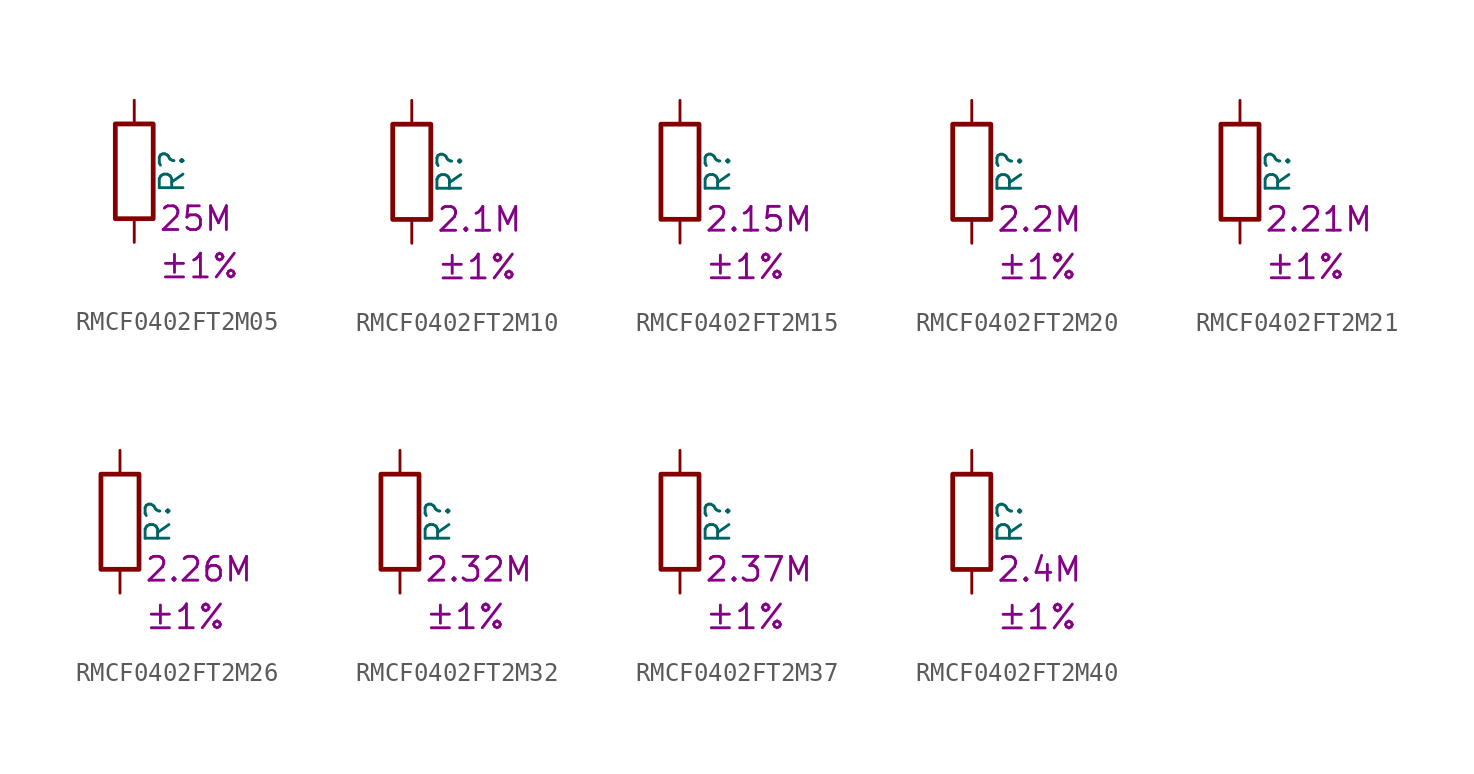
<source format=kicad_sym>
(kicad_symbol_lib
  (version 20220914)
  (generator kicad_symbol_editor)
  (symbol "RMCF0402FT2M05"
    (pin_numbers hide)
    (pin_names
      (offset 0))
    (property "Reference" "R"
      (at 2.032 0 90)
      (effects (font (size 1.27 1.27))))
    (property "Resistance" "25M"
      (at 1.27 -2.54 0)
      (effects (font (size 1.27 1.27)) (justify left)))
    (property "Tolerance" "±1%"
      (at 1.27 -5.08 0)
      (effects (font (size 1.27 1.27)) (justify left)))
    (symbol "RMCF0402FT2M05_0_1"
      (rectangle (start -1.016 -2.54) (end 1.016 2.54) (stroke (width 0.254) (type default)) (fill (type none))))
    (symbol "RMCF0402FT2M05_1_1"
      (pin passive line (at 0 3.81 270) (length 1.27) (name "~" (effects (font (size 1.27 1.27)))) (number "1" (effects (font (size 1.27 1.27)))))
      (pin passive line (at 0 -3.81 90) (length 1.27) (name "~" (effects (font (size 1.27 1.27)))) (number "2" (effects (font (size 1.27 1.27)))))))
  (symbol "RMCF0402FT2M10"
    (pin_numbers hide)
    (pin_names
      (offset 0))
    (property "Reference" "R"
      (at 2.032 0 90)
      (effects (font (size 1.27 1.27))))
    (property "Resistance" "2.1M"
      (at 1.27 -2.54 0)
      (effects (font (size 1.27 1.27)) (justify left)))
    (property "Tolerance" "±1%"
      (at 1.27 -5.08 0)
      (effects (font (size 1.27 1.27)) (justify left)))
    (symbol "RMCF0402FT2M10_0_1"
      (rectangle (start -1.016 -2.54) (end 1.016 2.54) (stroke (width 0.254) (type default)) (fill (type none))))
    (symbol "RMCF0402FT2M10_1_1"
      (pin passive line (at 0 3.81 270) (length 1.27) (name "~" (effects (font (size 1.27 1.27)))) (number "1" (effects (font (size 1.27 1.27)))))
      (pin passive line (at 0 -3.81 90) (length 1.27) (name "~" (effects (font (size 1.27 1.27)))) (number "2" (effects (font (size 1.27 1.27)))))))
  (symbol "RMCF0402FT2M15"
    (pin_numbers hide)
    (pin_names
      (offset 0))
    (property "Reference" "R"
      (at 2.032 0 90)
      (effects (font (size 1.27 1.27))))
    (property "Resistance" "2.15M"
      (at 1.27 -2.54 0)
      (effects (font (size 1.27 1.27)) (justify left)))
    (property "Tolerance" "±1%"
      (at 1.27 -5.08 0)
      (effects (font (size 1.27 1.27)) (justify left)))
    (symbol "RMCF0402FT2M15_0_1"
      (rectangle (start -1.016 -2.54) (end 1.016 2.54) (stroke (width 0.254) (type default)) (fill (type none))))
    (symbol "RMCF0402FT2M15_1_1"
      (pin passive line (at 0 3.81 270) (length 1.27) (name "~" (effects (font (size 1.27 1.27)))) (number "1" (effects (font (size 1.27 1.27)))))
      (pin passive line (at 0 -3.81 90) (length 1.27) (name "~" (effects (font (size 1.27 1.27)))) (number "2" (effects (font (size 1.27 1.27)))))))
  (symbol "RMCF0402FT2M20"
    (pin_numbers hide)
    (pin_names
      (offset 0))
    (property "Reference" "R"
      (at 2.032 0 90)
      (effects (font (size 1.27 1.27))))
    (property "Resistance" "2.2M"
      (at 1.27 -2.54 0)
      (effects (font (size 1.27 1.27)) (justify left)))
    (property "Tolerance" "±1%"
      (at 1.27 -5.08 0)
      (effects (font (size 1.27 1.27)) (justify left)))
    (symbol "RMCF0402FT2M20_0_1"
      (rectangle (start -1.016 -2.54) (end 1.016 2.54) (stroke (width 0.254) (type default)) (fill (type none))))
    (symbol "RMCF0402FT2M20_1_1"
      (pin passive line (at 0 3.81 270) (length 1.27) (name "~" (effects (font (size 1.27 1.27)))) (number "1" (effects (font (size 1.27 1.27)))))
      (pin passive line (at 0 -3.81 90) (length 1.27) (name "~" (effects (font (size 1.27 1.27)))) (number "2" (effects (font (size 1.27 1.27)))))))
  (symbol "RMCF0402FT2M21"
    (pin_numbers hide)
    (pin_names
      (offset 0))
    (property "Reference" "R"
      (at 2.032 0 90)
      (effects (font (size 1.27 1.27))))
    (property "Resistance" "2.21M"
      (at 1.27 -2.54 0)
      (effects (font (size 1.27 1.27)) (justify left)))
    (property "Tolerance" "±1%"
      (at 1.27 -5.08 0)
      (effects (font (size 1.27 1.27)) (justify left)))
    (symbol "RMCF0402FT2M21_0_1"
      (rectangle (start -1.016 -2.54) (end 1.016 2.54) (stroke (width 0.254) (type default)) (fill (type none))))
    (symbol "RMCF0402FT2M21_1_1"
      (pin passive line (at 0 3.81 270) (length 1.27) (name "~" (effects (font (size 1.27 1.27)))) (number "1" (effects (font (size 1.27 1.27)))))
      (pin passive line (at 0 -3.81 90) (length 1.27) (name "~" (effects (font (size 1.27 1.27)))) (number "2" (effects (font (size 1.27 1.27)))))))
  (symbol "RMCF0402FT2M26"
    (pin_numbers hide)
    (pin_names
      (offset 0))
    (property "Reference" "R"
      (at 2.032 0 90)
      (effects (font (size 1.27 1.27))))
    (property "Resistance" "2.26M"
      (at 1.27 -2.54 0)
      (effects (font (size 1.27 1.27)) (justify left)))
    (property "Tolerance" "±1%"
      (at 1.27 -5.08 0)
      (effects (font (size 1.27 1.27)) (justify left)))
    (symbol "RMCF0402FT2M26_0_1"
      (rectangle (start -1.016 -2.54) (end 1.016 2.54) (stroke (width 0.254) (type default)) (fill (type none))))
    (symbol "RMCF0402FT2M26_1_1"
      (pin passive line (at 0 3.81 270) (length 1.27) (name "~" (effects (font (size 1.27 1.27)))) (number "1" (effects (font (size 1.27 1.27)))))
      (pin passive line (at 0 -3.81 90) (length 1.27) (name "~" (effects (font (size 1.27 1.27)))) (number "2" (effects (font (size 1.27 1.27)))))))
  (symbol "RMCF0402FT2M32"
    (pin_numbers hide)
    (pin_names
      (offset 0))
    (property "Reference" "R"
      (at 2.032 0 90)
      (effects (font (size 1.27 1.27))))
    (property "Resistance" "2.32M"
      (at 1.27 -2.54 0)
      (effects (font (size 1.27 1.27)) (justify left)))
    (property "Tolerance" "±1%"
      (at 1.27 -5.08 0)
      (effects (font (size 1.27 1.27)) (justify left)))
    (symbol "RMCF0402FT2M32_0_1"
      (rectangle (start -1.016 -2.54) (end 1.016 2.54) (stroke (width 0.254) (type default)) (fill (type none))))
    (symbol "RMCF0402FT2M32_1_1"
      (pin passive line (at 0 3.81 270) (length 1.27) (name "~" (effects (font (size 1.27 1.27)))) (number "1" (effects (font (size 1.27 1.27)))))
      (pin passive line (at 0 -3.81 90) (length 1.27) (name "~" (effects (font (size 1.27 1.27)))) (number "2" (effects (font (size 1.27 1.27)))))))
  (symbol "RMCF0402FT2M37"
    (pin_numbers hide)
    (pin_names
      (offset 0))
    (property "Reference" "R"
      (at 2.032 0 90)
      (effects (font (size 1.27 1.27))))
    (property "Resistance" "2.37M"
      (at 1.27 -2.54 0)
      (effects (font (size 1.27 1.27)) (justify left)))
    (property "Tolerance" "±1%"
      (at 1.27 -5.08 0)
      (effects (font (size 1.27 1.27)) (justify left)))
    (symbol "RMCF0402FT2M37_0_1"
      (rectangle (start -1.016 -2.54) (end 1.016 2.54) (stroke (width 0.254) (type default)) (fill (type none))))
    (symbol "RMCF0402FT2M37_1_1"
      (pin passive line (at 0 3.81 270) (length 1.27) (name "~" (effects (font (size 1.27 1.27)))) (number "1" (effects (font (size 1.27 1.27)))))
      (pin passive line (at 0 -3.81 90) (length 1.27) (name "~" (effects (font (size 1.27 1.27)))) (number "2" (effects (font (size 1.27 1.27)))))))
  (symbol "RMCF0402FT2M40"
    (pin_numbers hide)
    (pin_names
      (offset 0))
    (property "Reference" "R"
      (at 2.032 0 90)
      (effects (font (size 1.27 1.27))))
    (property "Resistance" "2.4M"
      (at 1.27 -2.54 0)
      (effects (font (size 1.27 1.27)) (justify left)))
    (property "Tolerance" "±1%"
      (at 1.27 -5.08 0)
      (effects (font (size 1.27 1.27)) (justify left)))
    (symbol "RMCF0402FT2M40_0_1"
      (rectangle (start -1.016 -2.54) (end 1.016 2.54) (stroke (width 0.254) (type default)) (fill (type none))))
    (symbol "RMCF0402FT2M40_1_1"
      (pin passive line (at 0 3.81 270) (length 1.27) (name "~" (effects (font (size 1.27 1.27)))) (number "1" (effects (font (size 1.27 1.27)))))
      (pin passive line (at 0 -3.81 90) (length 1.27) (name "~" (effects (font (size 1.27 1.27)))) (number "2" (effects (font (size 1.27 1.27))))))))
</source>
